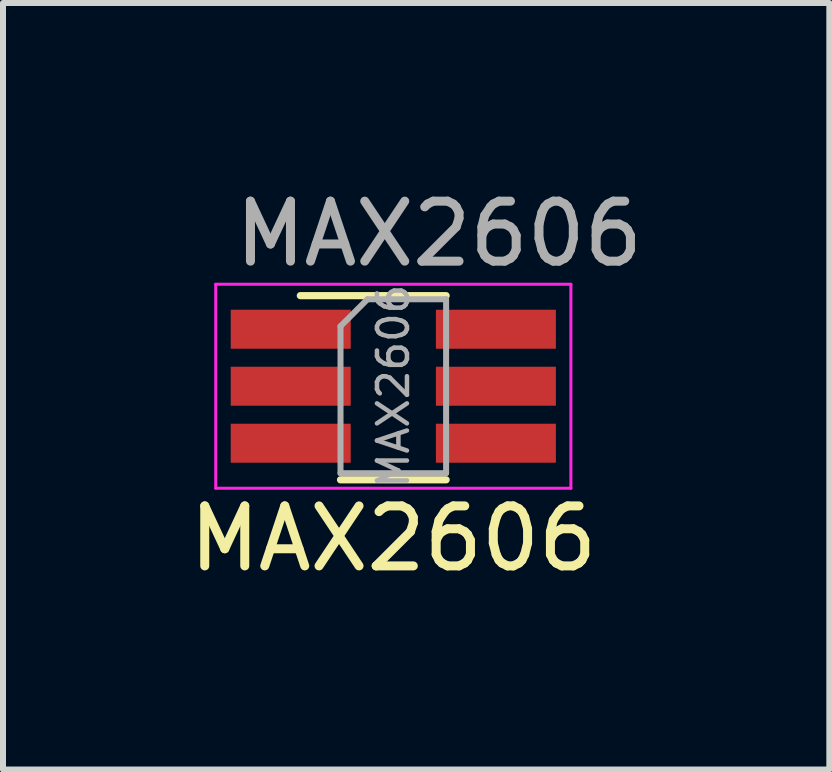
<source format=kicad_pcb>
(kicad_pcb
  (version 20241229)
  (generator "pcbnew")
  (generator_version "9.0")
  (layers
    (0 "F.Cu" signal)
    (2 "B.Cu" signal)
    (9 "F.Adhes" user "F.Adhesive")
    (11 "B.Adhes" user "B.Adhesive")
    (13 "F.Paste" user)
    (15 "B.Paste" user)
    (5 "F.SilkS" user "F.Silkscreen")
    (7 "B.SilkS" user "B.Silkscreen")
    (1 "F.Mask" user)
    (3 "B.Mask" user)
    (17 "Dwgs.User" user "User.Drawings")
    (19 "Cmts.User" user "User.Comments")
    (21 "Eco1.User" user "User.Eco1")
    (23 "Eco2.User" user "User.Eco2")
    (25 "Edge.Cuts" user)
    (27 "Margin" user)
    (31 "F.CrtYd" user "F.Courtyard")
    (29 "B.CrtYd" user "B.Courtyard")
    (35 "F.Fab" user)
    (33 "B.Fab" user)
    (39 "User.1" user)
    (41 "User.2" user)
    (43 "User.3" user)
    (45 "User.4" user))
  (footprint "MAX2606"
    (layer "F.Cu")
    (at 3.506 3.388)
    (property "Reference" "MAX2606" (at 0 2.54 0) (unlocked yes) (layer "F.SilkS") (effects (font (size 1 1) (thickness 0.15))))
    (attr smd)
    (fp_line (start -0.88 1.56) (end 0.88 1.56) (stroke (width 0.12) (type solid)) (layer "F.SilkS"))
    (fp_line (start 0.88 -1.51) (end -1.55 -1.51) (stroke (width 0.12) (type solid)) (layer "F.SilkS"))
    (fp_line (start -2.96 -1.7) (end -2.96 1.7) (stroke (width 0.05) (type solid)) (layer "F.CrtYd"))
    (fp_line (start -2.96 -1.7) (end 2.96 -1.7) (stroke (width 0.05) (type solid)) (layer "F.CrtYd"))
    (fp_line (start 2.96 1.7) (end -2.96 1.7) (stroke (width 0.05) (type solid)) (layer "F.CrtYd"))
    (fp_line (start 2.96 1.7) (end 2.96 -1.7) (stroke (width 0.05) (type solid)) (layer "F.CrtYd"))
    (fp_line (start -0.88 -1) (end -0.88 1.45) (stroke (width 0.1) (type solid)) (layer "F.Fab"))
    (fp_line (start -0.88 -1) (end -0.43 -1.45) (stroke (width 0.1) (type solid)) (layer "F.Fab"))
    (fp_line (start 0.88 -1.45) (end -0.43 -1.45) (stroke (width 0.1) (type solid)) (layer "F.Fab"))
    (fp_line (start 0.88 -1.45) (end 0.88 1.45) (stroke (width 0.1) (type solid)) (layer "F.Fab"))
    (fp_line (start 0.88 1.45) (end -0.88 1.45) (stroke (width 0.1) (type solid)) (layer "F.Fab"))
    (fp_text user "${REFERENCE}" (at 0 0 90) (layer "F.Fab") (effects (font (size 0.5 0.5) (thickness 0.075))))
    (fp_text user "${REFERENCE}" (at 0.762 -2.54 0) (unlocked yes) (layer "F.Fab") (effects (font (size 1 1) (thickness 0.15))))
    (pad "1" smd rect (at -1.71 -0.95) (size 2 0.65) (layers "F.Cu" "F.Mask" "F.Paste"))
    (pad "2" smd rect (at -1.71 0) (size 2 0.65) (layers "F.Cu" "F.Mask" "F.Paste"))
    (pad "3" smd rect (at -1.71 0.95) (size 2 0.65) (layers "F.Cu" "F.Mask" "F.Paste"))
    (pad "4" smd rect (at 1.71 0.95) (size 2 0.65) (layers "F.Cu" "F.Mask" "F.Paste"))
    (pad "5" smd rect (at 1.71 0) (size 2 0.65) (layers "F.Cu" "F.Mask" "F.Paste"))
    (pad "6" smd rect (at 1.71 -0.95) (size 2 0.65) (layers "F.Cu" "F.Mask" "F.Paste")))
  (gr_rect
    (start -3 -3)
    (end 10.774 9.777)
    (stroke (width 0.1) (type default))
    (fill no)
    (layer "Edge.Cuts")))
</source>
